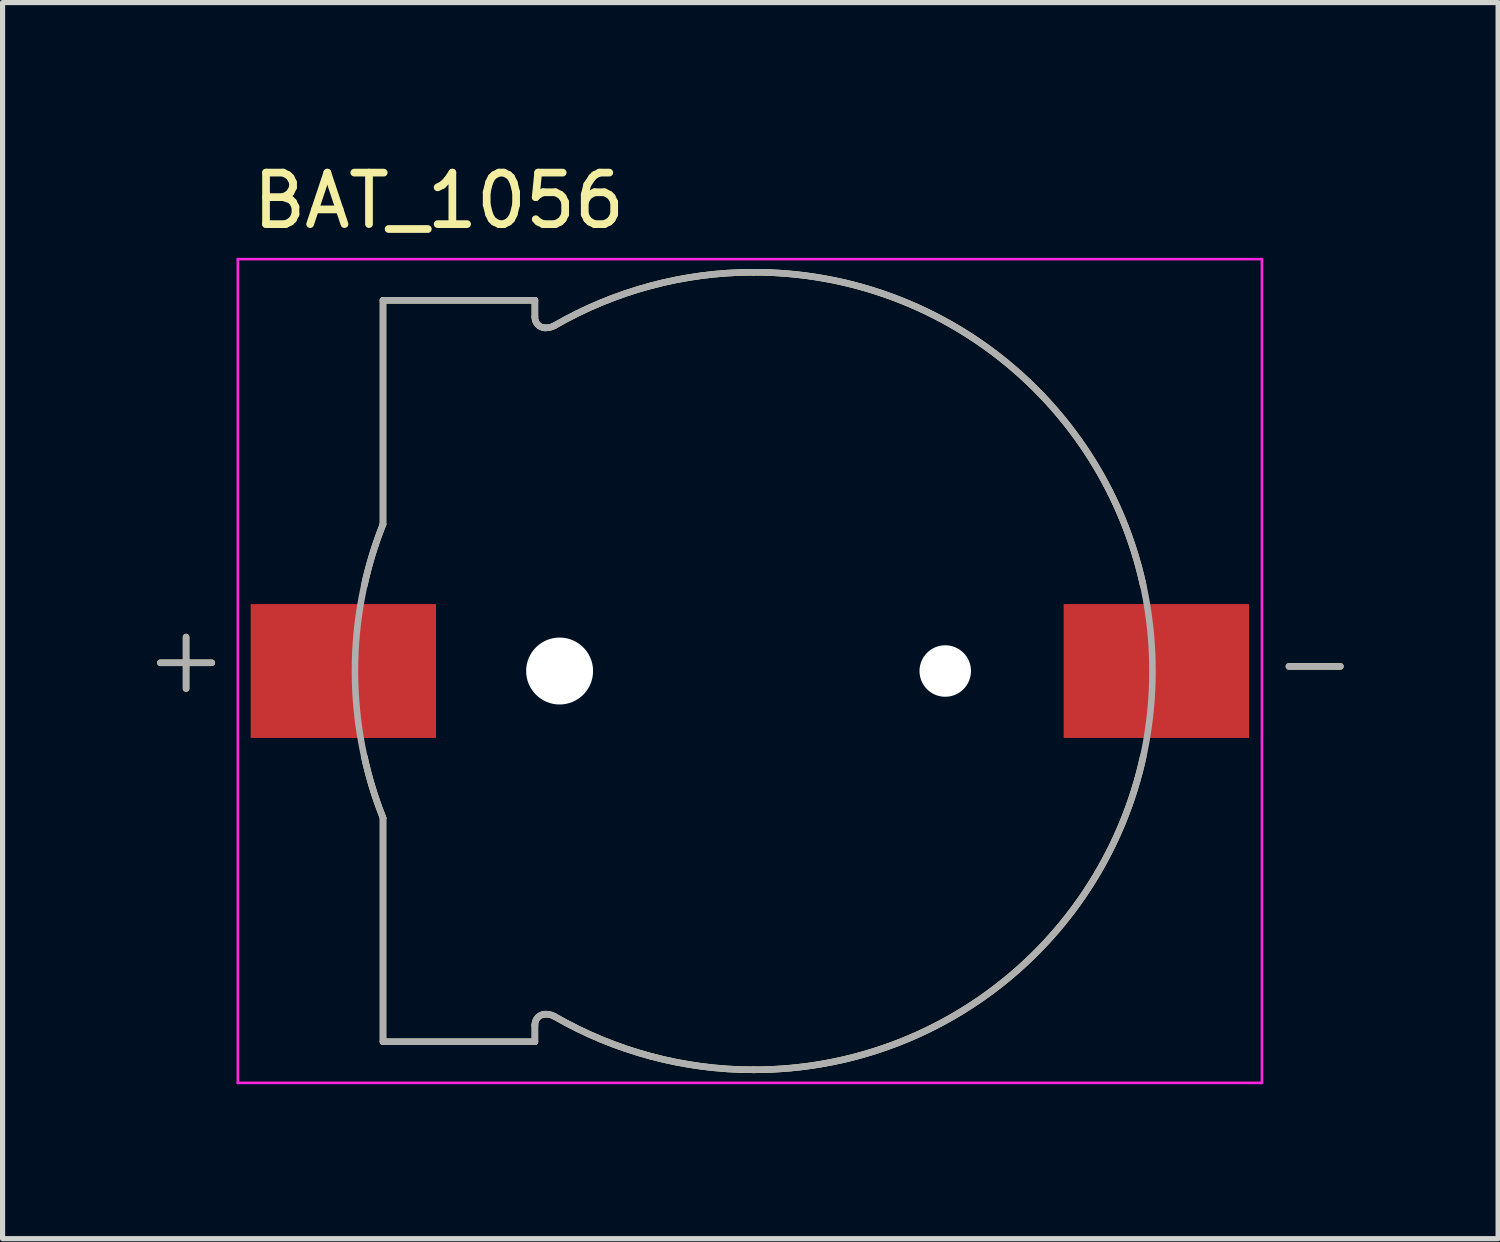
<source format=kicad_pcb>
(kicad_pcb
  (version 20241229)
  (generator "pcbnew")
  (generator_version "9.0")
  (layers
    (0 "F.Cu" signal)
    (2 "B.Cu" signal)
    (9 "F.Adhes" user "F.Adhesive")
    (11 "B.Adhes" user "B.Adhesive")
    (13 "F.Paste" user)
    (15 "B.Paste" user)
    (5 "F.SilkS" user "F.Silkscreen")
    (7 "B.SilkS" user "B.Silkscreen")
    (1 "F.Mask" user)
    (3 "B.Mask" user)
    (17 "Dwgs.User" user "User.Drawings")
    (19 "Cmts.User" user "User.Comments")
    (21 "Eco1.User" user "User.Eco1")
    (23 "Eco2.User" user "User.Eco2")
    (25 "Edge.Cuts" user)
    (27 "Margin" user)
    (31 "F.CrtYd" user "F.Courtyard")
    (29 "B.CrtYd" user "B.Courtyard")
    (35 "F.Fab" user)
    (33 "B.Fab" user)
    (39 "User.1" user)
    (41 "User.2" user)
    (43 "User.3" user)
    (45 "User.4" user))
  (footprint "BAT_1056"
    (layer "F.Cu")
    (at 11.799 9.983)
    (property "Reference" "BAT_1056" (at -6.325 -9.135 0) (layer "F.SilkS") (effects (font (size 1 1) (thickness 0.15))))
    (attr smd)
    (fp_line (start -11.735 -0.16) (end -10.735 -0.16) (stroke (width 0.127) (type solid)) (layer "F.SilkS"))
    (fp_line (start -11.235 -0.66) (end -11.235 0.34) (stroke (width 0.127) (type solid)) (layer "F.SilkS"))
    (fp_line (start -7.41 -7.2) (end -4.46 -7.2) (stroke (width 0.127) (type solid)) (layer "F.SilkS"))
    (fp_line (start -7.41 -2.85) (end -7.41 -7.2) (stroke (width 0.127) (type solid)) (layer "F.SilkS"))
    (fp_line (start -7.41 2.85) (end -7.41 7.2) (stroke (width 0.127) (type solid)) (layer "F.SilkS"))
    (fp_line (start -7.41 7.2) (end -4.46 7.2) (stroke (width 0.127) (type solid)) (layer "F.SilkS"))
    (fp_line (start -4.46 -7.2) (end -4.46 -6.88) (stroke (width 0.127) (type solid)) (layer "F.SilkS"))
    (fp_line (start -4.46 7.2) (end -4.46 6.88) (stroke (width 0.127) (type solid)) (layer "F.SilkS"))
    (fp_line (start 10.185 -0.09) (end 11.185 -0.09) (stroke (width 0.127) (type solid)) (layer "F.SilkS"))
    (fp_arc (start -7.773 -1.664) (mid -7.616196 -2.264559) (end -7.41 -2.85) (stroke (width 0.127) (type solid)) (layer "F.SilkS"))
    (fp_arc (start -7.41 2.85) (mid -7.616196 2.264559) (end -7.773 1.664) (stroke (width 0.127) (type solid)) (layer "F.SilkS"))
    (fp_arc (start -4.460001 6.88) (mid -4.40703 6.732113) (end -4.265 6.665) (stroke (width 0.127) (type solid)) (layer "F.SilkS"))
    (fp_arc (start -4.265 -6.665) (mid -4.407028 -6.732114) (end -4.46 -6.88) (stroke (width 0.127) (type solid)) (layer "F.SilkS"))
    (fp_arc (start -4.265 6.665) (mid -4.17231 6.672896) (end -4.085 6.705) (stroke (width 0.127) (type solid)) (layer "F.SilkS"))
    (fp_arc (start -4.085 -6.705) (mid -4.17231 -6.672896) (end -4.265 -6.665) (stroke (width 0.127) (type solid)) (layer "F.SilkS"))
    (fp_arc (start -4.085 -6.705) (mid -2.216137 -7.480737) (end -0.21 -7.745) (stroke (width 0.127) (type solid)) (layer "F.SilkS"))
    (fp_arc (start -0.21 -7.745) (mid 4.642358 -6.036609) (end 7.354 -1.664999) (stroke (width 0.127) (type solid)) (layer "F.SilkS"))
    (fp_arc (start -0.21 7.745) (mid -2.216137 7.480737) (end -4.085 6.705) (stroke (width 0.127) (type solid)) (layer "F.SilkS"))
    (fp_arc (start 7.354 1.664999) (mid 4.642358 6.036609) (end -0.21 7.745) (stroke (width 0.127) (type solid)) (layer "F.SilkS"))
    (fp_line (start -10.23 -8) (end 9.66 -8) (stroke (width 0.05) (type solid)) (layer "F.CrtYd"))
    (fp_line (start -10.23 8) (end -10.23 -8) (stroke (width 0.05) (type solid)) (layer "F.CrtYd"))
    (fp_line (start 9.66 -8) (end 9.66 8) (stroke (width 0.05) (type solid)) (layer "F.CrtYd"))
    (fp_line (start 9.66 8) (end -10.23 8) (stroke (width 0.05) (type solid)) (layer "F.CrtYd"))
    (fp_line (start -11.735 -0.16) (end -10.735 -0.16) (stroke (width 0.127) (type solid)) (layer "F.Fab"))
    (fp_line (start -11.235 -0.66) (end -11.235 0.34) (stroke (width 0.127) (type solid)) (layer "F.Fab"))
    (fp_line (start -7.41 -7.2) (end -7.41 -2.85) (stroke (width 0.127) (type solid)) (layer "F.Fab"))
    (fp_line (start -7.41 -7.2) (end -4.46 -7.2) (stroke (width 0.127) (type solid)) (layer "F.Fab"))
    (fp_line (start -7.41 2.85) (end -7.41 7.2) (stroke (width 0.127) (type solid)) (layer "F.Fab"))
    (fp_line (start -7.41 7.2) (end -4.46 7.2) (stroke (width 0.127) (type solid)) (layer "F.Fab"))
    (fp_line (start -4.46 -7.2) (end -4.46 -6.88) (stroke (width 0.127) (type solid)) (layer "F.Fab"))
    (fp_line (start -4.46 7.2) (end -4.46 6.88) (stroke (width 0.127) (type solid)) (layer "F.Fab"))
    (fp_line (start 10.185 -0.09) (end 11.185 -0.09) (stroke (width 0.127) (type solid)) (layer "F.Fab"))
    (fp_arc (start -7.41 2.85) (mid -7.955059 0) (end -7.41 -2.85) (stroke (width 0.127) (type solid)) (layer "F.Fab"))
    (fp_arc (start -4.460001 6.88) (mid -4.40703 6.732113) (end -4.265 6.665) (stroke (width 0.127) (type solid)) (layer "F.Fab"))
    (fp_arc (start -4.265 -6.665) (mid -4.407028 -6.732114) (end -4.46 -6.88) (stroke (width 0.127) (type solid)) (layer "F.Fab"))
    (fp_arc (start -4.265 6.665) (mid -4.17231 6.672896) (end -4.085 6.705) (stroke (width 0.127) (type solid)) (layer "F.Fab"))
    (fp_arc (start -4.085 -6.705) (mid -4.17231 -6.672896) (end -4.265 -6.665) (stroke (width 0.127) (type solid)) (layer "F.Fab"))
    (fp_arc (start -4.085 -6.705) (mid -2.216137 -7.480737) (end -0.21 -7.745) (stroke (width 0.127) (type solid)) (layer "F.Fab"))
    (fp_arc (start -0.21 -7.745) (mid 7.535 0) (end -0.21 7.745) (stroke (width 0.127) (type solid)) (layer "F.Fab"))
    (fp_arc (start -0.21 7.745) (mid -2.216137 7.480737) (end -4.085 6.705) (stroke (width 0.127) (type solid)) (layer "F.Fab"))
    (pad "" np_thru_hole circle (at -3.98 0) (size 1.3 1.3) (drill 1.3) (layers "*.Cu" "*.Mask"))
    (pad "" np_thru_hole circle (at 3.51 0) (size 1 1) (drill 1) (layers "*.Cu" "*.Mask"))
    (pad "N" smd rect (at 7.61 0 180) (size 3.6 2.6) (layers "F.Cu" "F.Mask" "F.Paste"))
    (pad "P" smd rect (at -8.18 0 180) (size 3.6 2.6) (layers "F.Cu" "F.Mask" "F.Paste")))
  (gr_rect
    (start -3 -3)
    (end 26.047 21.008)
    (stroke (width 0.1) (type default))
    (fill no)
    (layer "Edge.Cuts")))
</source>
